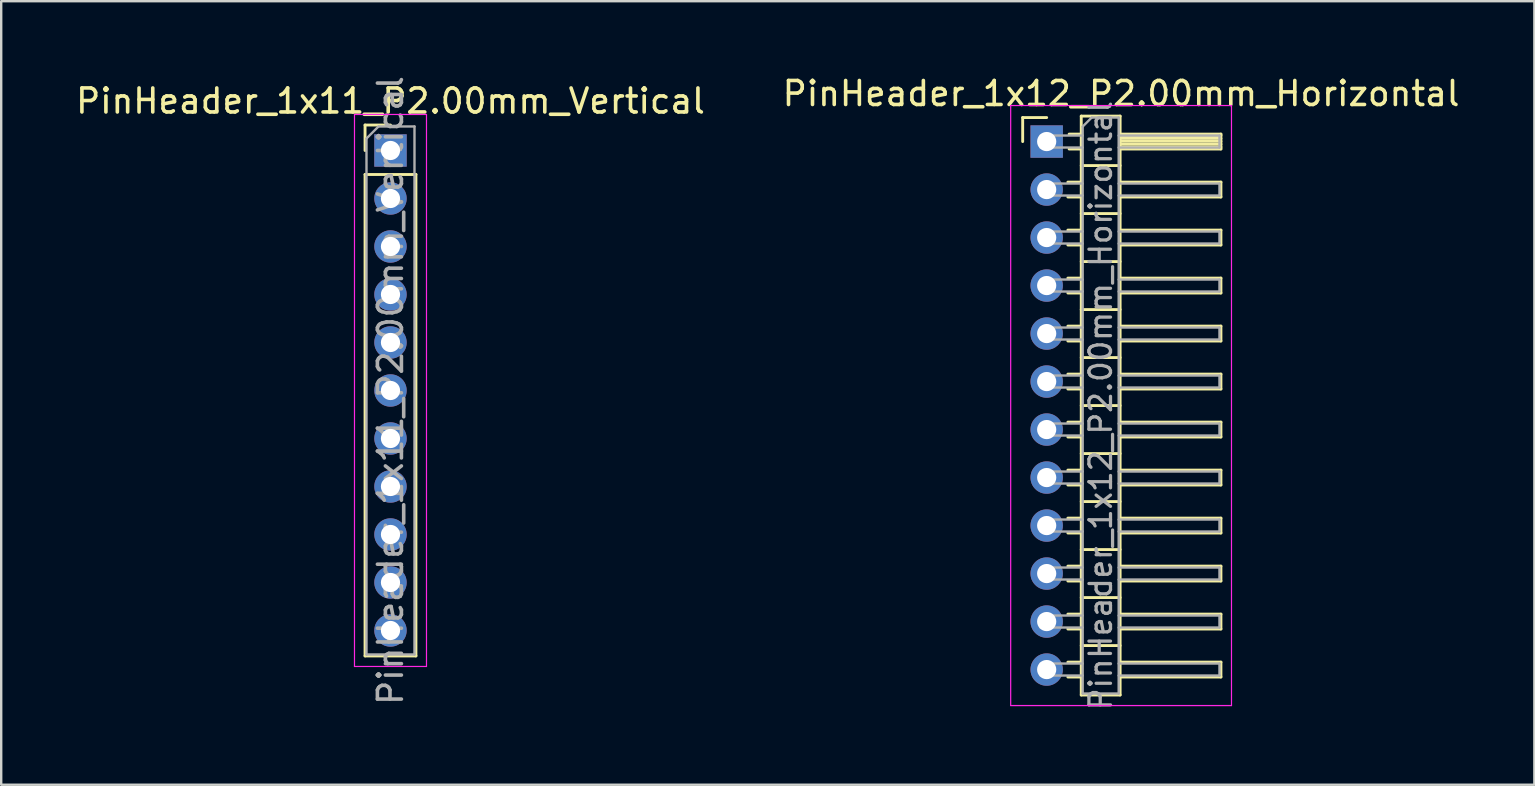
<source format=kicad_pcb>
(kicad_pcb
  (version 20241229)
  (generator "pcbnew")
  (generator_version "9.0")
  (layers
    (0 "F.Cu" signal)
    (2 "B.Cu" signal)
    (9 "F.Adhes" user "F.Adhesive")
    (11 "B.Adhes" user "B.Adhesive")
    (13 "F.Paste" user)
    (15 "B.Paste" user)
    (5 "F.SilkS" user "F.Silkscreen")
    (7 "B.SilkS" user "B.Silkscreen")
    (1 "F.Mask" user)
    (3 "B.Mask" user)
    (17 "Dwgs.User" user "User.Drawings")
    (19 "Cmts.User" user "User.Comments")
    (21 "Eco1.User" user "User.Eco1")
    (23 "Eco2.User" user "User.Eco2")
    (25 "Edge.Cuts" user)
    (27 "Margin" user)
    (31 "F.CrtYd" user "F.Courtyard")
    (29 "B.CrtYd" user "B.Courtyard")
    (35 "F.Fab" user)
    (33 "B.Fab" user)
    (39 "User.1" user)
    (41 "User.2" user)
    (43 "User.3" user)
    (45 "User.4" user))
  (footprint "PinHeader_1x11_P2.00mm_Vertical"
    (layer "F.Cu")
    (at 13.22 3.22)
    (property "Reference" "PinHeader_1x11_P2.00mm_Vertical" (at 0 -2.06 0) (layer "F.SilkS") (effects (font (size 1 1) (thickness 0.15))))
    (attr through_hole)
    (fp_line (start -1.06 -1.06) (end 0 -1.06) (stroke (width 0.12) (type solid)) (layer "F.SilkS"))
    (fp_line (start -1.06 0) (end -1.06 -1.06) (stroke (width 0.12) (type solid)) (layer "F.SilkS"))
    (fp_line (start -1.06 1) (end -1.06 21.06) (stroke (width 0.12) (type solid)) (layer "F.SilkS"))
    (fp_line (start -1.06 1) (end 1.06 1) (stroke (width 0.12) (type solid)) (layer "F.SilkS"))
    (fp_line (start -1.06 21.06) (end 1.06 21.06) (stroke (width 0.12) (type solid)) (layer "F.SilkS"))
    (fp_line (start 1.06 1) (end 1.06 21.06) (stroke (width 0.12) (type solid)) (layer "F.SilkS"))
    (fp_line (start -1.5 -1.5) (end -1.5 21.5) (stroke (width 0.05) (type solid)) (layer "F.CrtYd"))
    (fp_line (start -1.5 21.5) (end 1.5 21.5) (stroke (width 0.05) (type solid)) (layer "F.CrtYd"))
    (fp_line (start 1.5 -1.5) (end -1.5 -1.5) (stroke (width 0.05) (type solid)) (layer "F.CrtYd"))
    (fp_line (start 1.5 21.5) (end 1.5 -1.5) (stroke (width 0.05) (type solid)) (layer "F.CrtYd"))
    (fp_line (start -1 -0.5) (end -0.5 -1) (stroke (width 0.1) (type solid)) (layer "F.Fab"))
    (fp_line (start -1 21) (end -1 -0.5) (stroke (width 0.1) (type solid)) (layer "F.Fab"))
    (fp_line (start -0.5 -1) (end 1 -1) (stroke (width 0.1) (type solid)) (layer "F.Fab"))
    (fp_line (start 1 -1) (end 1 21) (stroke (width 0.1) (type solid)) (layer "F.Fab"))
    (fp_line (start 1 21) (end -1 21) (stroke (width 0.1) (type solid)) (layer "F.Fab"))
    (fp_text user "${REFERENCE}" (at 0 10 90) (layer "F.Fab") (effects (font (size 1 1) (thickness 0.15))))
    (pad "1" thru_hole rect (at 0 0) (size 1.35 1.35) (drill 0.8) (layers "*.Cu" "*.Mask"))
    (pad "2" thru_hole oval (at 0 2) (size 1.35 1.35) (drill 0.8) (layers "*.Cu" "*.Mask"))
    (pad "3" thru_hole oval (at 0 4) (size 1.35 1.35) (drill 0.8) (layers "*.Cu" "*.Mask"))
    (pad "4" thru_hole oval (at 0 6) (size 1.35 1.35) (drill 0.8) (layers "*.Cu" "*.Mask"))
    (pad "5" thru_hole oval (at 0 8) (size 1.35 1.35) (drill 0.8) (layers "*.Cu" "*.Mask"))
    (pad "6" thru_hole oval (at 0 10) (size 1.35 1.35) (drill 0.8) (layers "*.Cu" "*.Mask"))
    (pad "7" thru_hole oval (at 0 12) (size 1.35 1.35) (drill 0.8) (layers "*.Cu" "*.Mask"))
    (pad "8" thru_hole oval (at 0 14) (size 1.35 1.35) (drill 0.8) (layers "*.Cu" "*.Mask"))
    (pad "9" thru_hole oval (at 0 16) (size 1.35 1.35) (drill 0.8) (layers "*.Cu" "*.Mask"))
    (pad "10" thru_hole oval (at 0 18) (size 1.35 1.35) (drill 0.8) (layers "*.Cu" "*.Mask"))
    (pad "11" thru_hole oval (at 0 20) (size 1.35 1.35) (drill 0.8) (layers "*.Cu" "*.Mask")))
  (footprint "PinHeader_1x12_P2.00mm_Horizontal"
    (layer "F.Cu")
    (at 40.561 2.848)
    (property "Reference" "PinHeader_1x12_P2.00mm_Horizontal" (at 3.1 -2 0) (layer "F.SilkS") (effects (font (size 1 1) (thickness 0.15))))
    (attr through_hole)
    (fp_line (start -1 -1) (end 0 -1) (stroke (width 0.12) (type solid)) (layer "F.SilkS"))
    (fp_line (start -1 0) (end -1 -1) (stroke (width 0.12) (type solid)) (layer "F.SilkS"))
    (fp_line (start 0.882 1.69) (end 1.44 1.69) (stroke (width 0.12) (type solid)) (layer "F.SilkS"))
    (fp_line (start 0.882 2.31) (end 1.44 2.31) (stroke (width 0.12) (type solid)) (layer "F.SilkS"))
    (fp_line (start 0.882 3.69) (end 1.44 3.69) (stroke (width 0.12) (type solid)) (layer "F.SilkS"))
    (fp_line (start 0.882 4.31) (end 1.44 4.31) (stroke (width 0.12) (type solid)) (layer "F.SilkS"))
    (fp_line (start 0.882 5.69) (end 1.44 5.69) (stroke (width 0.12) (type solid)) (layer "F.SilkS"))
    (fp_line (start 0.882 6.31) (end 1.44 6.31) (stroke (width 0.12) (type solid)) (layer "F.SilkS"))
    (fp_line (start 0.882 7.69) (end 1.44 7.69) (stroke (width 0.12) (type solid)) (layer "F.SilkS"))
    (fp_line (start 0.882 8.31) (end 1.44 8.31) (stroke (width 0.12) (type solid)) (layer "F.SilkS"))
    (fp_line (start 0.882 9.69) (end 1.44 9.69) (stroke (width 0.12) (type solid)) (layer "F.SilkS"))
    (fp_line (start 0.882 10.31) (end 1.44 10.31) (stroke (width 0.12) (type solid)) (layer "F.SilkS"))
    (fp_line (start 0.882 11.69) (end 1.44 11.69) (stroke (width 0.12) (type solid)) (layer "F.SilkS"))
    (fp_line (start 0.882 12.31) (end 1.44 12.31) (stroke (width 0.12) (type solid)) (layer "F.SilkS"))
    (fp_line (start 0.882 13.69) (end 1.44 13.69) (stroke (width 0.12) (type solid)) (layer "F.SilkS"))
    (fp_line (start 0.882 14.31) (end 1.44 14.31) (stroke (width 0.12) (type solid)) (layer "F.SilkS"))
    (fp_line (start 0.882 15.69) (end 1.44 15.69) (stroke (width 0.12) (type solid)) (layer "F.SilkS"))
    (fp_line (start 0.882 16.31) (end 1.44 16.31) (stroke (width 0.12) (type solid)) (layer "F.SilkS"))
    (fp_line (start 0.882 17.69) (end 1.44 17.69) (stroke (width 0.12) (type solid)) (layer "F.SilkS"))
    (fp_line (start 0.882 18.31) (end 1.44 18.31) (stroke (width 0.12) (type solid)) (layer "F.SilkS"))
    (fp_line (start 0.882 19.69) (end 1.44 19.69) (stroke (width 0.12) (type solid)) (layer "F.SilkS"))
    (fp_line (start 0.882 20.31) (end 1.44 20.31) (stroke (width 0.12) (type solid)) (layer "F.SilkS"))
    (fp_line (start 0.882 21.69) (end 1.44 21.69) (stroke (width 0.12) (type solid)) (layer "F.SilkS"))
    (fp_line (start 0.882 22.31) (end 1.44 22.31) (stroke (width 0.12) (type solid)) (layer "F.SilkS"))
    (fp_line (start 0.935 -0.31) (end 1.44 -0.31) (stroke (width 0.12) (type solid)) (layer "F.SilkS"))
    (fp_line (start 0.935 0.31) (end 1.44 0.31) (stroke (width 0.12) (type solid)) (layer "F.SilkS"))
    (fp_line (start 1.44 -1.06) (end 1.44 23.06) (stroke (width 0.12) (type solid)) (layer "F.SilkS"))
    (fp_line (start 1.44 1) (end 3.06 1) (stroke (width 0.12) (type solid)) (layer "F.SilkS"))
    (fp_line (start 1.44 3) (end 3.06 3) (stroke (width 0.12) (type solid)) (layer "F.SilkS"))
    (fp_line (start 1.44 5) (end 3.06 5) (stroke (width 0.12) (type solid)) (layer "F.SilkS"))
    (fp_line (start 1.44 7) (end 3.06 7) (stroke (width 0.12) (type solid)) (layer "F.SilkS"))
    (fp_line (start 1.44 9) (end 3.06 9) (stroke (width 0.12) (type solid)) (layer "F.SilkS"))
    (fp_line (start 1.44 11) (end 3.06 11) (stroke (width 0.12) (type solid)) (layer "F.SilkS"))
    (fp_line (start 1.44 13) (end 3.06 13) (stroke (width 0.12) (type solid)) (layer "F.SilkS"))
    (fp_line (start 1.44 15) (end 3.06 15) (stroke (width 0.12) (type solid)) (layer "F.SilkS"))
    (fp_line (start 1.44 17) (end 3.06 17) (stroke (width 0.12) (type solid)) (layer "F.SilkS"))
    (fp_line (start 1.44 19) (end 3.06 19) (stroke (width 0.12) (type solid)) (layer "F.SilkS"))
    (fp_line (start 1.44 21) (end 3.06 21) (stroke (width 0.12) (type solid)) (layer "F.SilkS"))
    (fp_line (start 1.44 23.06) (end 3.06 23.06) (stroke (width 0.12) (type solid)) (layer "F.SilkS"))
    (fp_line (start 3.06 -1.06) (end 1.44 -1.06) (stroke (width 0.12) (type solid)) (layer "F.SilkS"))
    (fp_line (start 3.06 -0.31) (end 7.26 -0.31) (stroke (width 0.12) (type solid)) (layer "F.SilkS"))
    (fp_line (start 3.06 -0.25) (end 7.26 -0.25) (stroke (width 0.12) (type solid)) (layer "F.SilkS"))
    (fp_line (start 3.06 -0.13) (end 7.26 -0.13) (stroke (width 0.12) (type solid)) (layer "F.SilkS"))
    (fp_line (start 3.06 -0.01) (end 7.26 -0.01) (stroke (width 0.12) (type solid)) (layer "F.SilkS"))
    (fp_line (start 3.06 0.11) (end 7.26 0.11) (stroke (width 0.12) (type solid)) (layer "F.SilkS"))
    (fp_line (start 3.06 0.23) (end 7.26 0.23) (stroke (width 0.12) (type solid)) (layer "F.SilkS"))
    (fp_line (start 3.06 1.69) (end 7.26 1.69) (stroke (width 0.12) (type solid)) (layer "F.SilkS"))
    (fp_line (start 3.06 3.69) (end 7.26 3.69) (stroke (width 0.12) (type solid)) (layer "F.SilkS"))
    (fp_line (start 3.06 5.69) (end 7.26 5.69) (stroke (width 0.12) (type solid)) (layer "F.SilkS"))
    (fp_line (start 3.06 7.69) (end 7.26 7.69) (stroke (width 0.12) (type solid)) (layer "F.SilkS"))
    (fp_line (start 3.06 9.69) (end 7.26 9.69) (stroke (width 0.12) (type solid)) (layer "F.SilkS"))
    (fp_line (start 3.06 11.69) (end 7.26 11.69) (stroke (width 0.12) (type solid)) (layer "F.SilkS"))
    (fp_line (start 3.06 13.69) (end 7.26 13.69) (stroke (width 0.12) (type solid)) (layer "F.SilkS"))
    (fp_line (start 3.06 15.69) (end 7.26 15.69) (stroke (width 0.12) (type solid)) (layer "F.SilkS"))
    (fp_line (start 3.06 17.69) (end 7.26 17.69) (stroke (width 0.12) (type solid)) (layer "F.SilkS"))
    (fp_line (start 3.06 19.69) (end 7.26 19.69) (stroke (width 0.12) (type solid)) (layer "F.SilkS"))
    (fp_line (start 3.06 21.69) (end 7.26 21.69) (stroke (width 0.12) (type solid)) (layer "F.SilkS"))
    (fp_line (start 3.06 23.06) (end 3.06 -1.06) (stroke (width 0.12) (type solid)) (layer "F.SilkS"))
    (fp_line (start 7.26 -0.31) (end 7.26 0.31) (stroke (width 0.12) (type solid)) (layer "F.SilkS"))
    (fp_line (start 7.26 0.31) (end 3.06 0.31) (stroke (width 0.12) (type solid)) (layer "F.SilkS"))
    (fp_line (start 7.26 1.69) (end 7.26 2.31) (stroke (width 0.12) (type solid)) (layer "F.SilkS"))
    (fp_line (start 7.26 2.31) (end 3.06 2.31) (stroke (width 0.12) (type solid)) (layer "F.SilkS"))
    (fp_line (start 7.26 3.69) (end 7.26 4.31) (stroke (width 0.12) (type solid)) (layer "F.SilkS"))
    (fp_line (start 7.26 4.31) (end 3.06 4.31) (stroke (width 0.12) (type solid)) (layer "F.SilkS"))
    (fp_line (start 7.26 5.69) (end 7.26 6.31) (stroke (width 0.12) (type solid)) (layer "F.SilkS"))
    (fp_line (start 7.26 6.31) (end 3.06 6.31) (stroke (width 0.12) (type solid)) (layer "F.SilkS"))
    (fp_line (start 7.26 7.69) (end 7.26 8.31) (stroke (width 0.12) (type solid)) (layer "F.SilkS"))
    (fp_line (start 7.26 8.31) (end 3.06 8.31) (stroke (width 0.12) (type solid)) (layer "F.SilkS"))
    (fp_line (start 7.26 9.69) (end 7.26 10.31) (stroke (width 0.12) (type solid)) (layer "F.SilkS"))
    (fp_line (start 7.26 10.31) (end 3.06 10.31) (stroke (width 0.12) (type solid)) (layer "F.SilkS"))
    (fp_line (start 7.26 11.69) (end 7.26 12.31) (stroke (width 0.12) (type solid)) (layer "F.SilkS"))
    (fp_line (start 7.26 12.31) (end 3.06 12.31) (stroke (width 0.12) (type solid)) (layer "F.SilkS"))
    (fp_line (start 7.26 13.69) (end 7.26 14.31) (stroke (width 0.12) (type solid)) (layer "F.SilkS"))
    (fp_line (start 7.26 14.31) (end 3.06 14.31) (stroke (width 0.12) (type solid)) (layer "F.SilkS"))
    (fp_line (start 7.26 15.69) (end 7.26 16.31) (stroke (width 0.12) (type solid)) (layer "F.SilkS"))
    (fp_line (start 7.26 16.31) (end 3.06 16.31) (stroke (width 0.12) (type solid)) (layer "F.SilkS"))
    (fp_line (start 7.26 17.69) (end 7.26 18.31) (stroke (width 0.12) (type solid)) (layer "F.SilkS"))
    (fp_line (start 7.26 18.31) (end 3.06 18.31) (stroke (width 0.12) (type solid)) (layer "F.SilkS"))
    (fp_line (start 7.26 19.69) (end 7.26 20.31) (stroke (width 0.12) (type solid)) (layer "F.SilkS"))
    (fp_line (start 7.26 20.31) (end 3.06 20.31) (stroke (width 0.12) (type solid)) (layer "F.SilkS"))
    (fp_line (start 7.26 21.69) (end 7.26 22.31) (stroke (width 0.12) (type solid)) (layer "F.SilkS"))
    (fp_line (start 7.26 22.31) (end 3.06 22.31) (stroke (width 0.12) (type solid)) (layer "F.SilkS"))
    (fp_line (start -1.5 -1.5) (end -1.5 23.5) (stroke (width 0.05) (type solid)) (layer "F.CrtYd"))
    (fp_line (start -1.5 23.5) (end 7.7 23.5) (stroke (width 0.05) (type solid)) (layer "F.CrtYd"))
    (fp_line (start 7.7 -1.5) (end -1.5 -1.5) (stroke (width 0.05) (type solid)) (layer "F.CrtYd"))
    (fp_line (start 7.7 23.5) (end 7.7 -1.5) (stroke (width 0.05) (type solid)) (layer "F.CrtYd"))
    (fp_line (start -0.25 -0.25) (end -0.25 0.25) (stroke (width 0.1) (type solid)) (layer "F.Fab"))
    (fp_line (start -0.25 -0.25) (end 1.5 -0.25) (stroke (width 0.1) (type solid)) (layer "F.Fab"))
    (fp_line (start -0.25 0.25) (end 1.5 0.25) (stroke (width 0.1) (type solid)) (layer "F.Fab"))
    (fp_line (start -0.25 1.75) (end -0.25 2.25) (stroke (width 0.1) (type solid)) (layer "F.Fab"))
    (fp_line (start -0.25 1.75) (end 1.5 1.75) (stroke (width 0.1) (type solid)) (layer "F.Fab"))
    (fp_line (start -0.25 2.25) (end 1.5 2.25) (stroke (width 0.1) (type solid)) (layer "F.Fab"))
    (fp_line (start -0.25 3.75) (end -0.25 4.25) (stroke (width 0.1) (type solid)) (layer "F.Fab"))
    (fp_line (start -0.25 3.75) (end 1.5 3.75) (stroke (width 0.1) (type solid)) (layer "F.Fab"))
    (fp_line (start -0.25 4.25) (end 1.5 4.25) (stroke (width 0.1) (type solid)) (layer "F.Fab"))
    (fp_line (start -0.25 5.75) (end -0.25 6.25) (stroke (width 0.1) (type solid)) (layer "F.Fab"))
    (fp_line (start -0.25 5.75) (end 1.5 5.75) (stroke (width 0.1) (type solid)) (layer "F.Fab"))
    (fp_line (start -0.25 6.25) (end 1.5 6.25) (stroke (width 0.1) (type solid)) (layer "F.Fab"))
    (fp_line (start -0.25 7.75) (end -0.25 8.25) (stroke (width 0.1) (type solid)) (layer "F.Fab"))
    (fp_line (start -0.25 7.75) (end 1.5 7.75) (stroke (width 0.1) (type solid)) (layer "F.Fab"))
    (fp_line (start -0.25 8.25) (end 1.5 8.25) (stroke (width 0.1) (type solid)) (layer "F.Fab"))
    (fp_line (start -0.25 9.75) (end -0.25 10.25) (stroke (width 0.1) (type solid)) (layer "F.Fab"))
    (fp_line (start -0.25 9.75) (end 1.5 9.75) (stroke (width 0.1) (type solid)) (layer "F.Fab"))
    (fp_line (start -0.25 10.25) (end 1.5 10.25) (stroke (width 0.1) (type solid)) (layer "F.Fab"))
    (fp_line (start -0.25 11.75) (end -0.25 12.25) (stroke (width 0.1) (type solid)) (layer "F.Fab"))
    (fp_line (start -0.25 11.75) (end 1.5 11.75) (stroke (width 0.1) (type solid)) (layer "F.Fab"))
    (fp_line (start -0.25 12.25) (end 1.5 12.25) (stroke (width 0.1) (type solid)) (layer "F.Fab"))
    (fp_line (start -0.25 13.75) (end -0.25 14.25) (stroke (width 0.1) (type solid)) (layer "F.Fab"))
    (fp_line (start -0.25 13.75) (end 1.5 13.75) (stroke (width 0.1) (type solid)) (layer "F.Fab"))
    (fp_line (start -0.25 14.25) (end 1.5 14.25) (stroke (width 0.1) (type solid)) (layer "F.Fab"))
    (fp_line (start -0.25 15.75) (end -0.25 16.25) (stroke (width 0.1) (type solid)) (layer "F.Fab"))
    (fp_line (start -0.25 15.75) (end 1.5 15.75) (stroke (width 0.1) (type solid)) (layer "F.Fab"))
    (fp_line (start -0.25 16.25) (end 1.5 16.25) (stroke (width 0.1) (type solid)) (layer "F.Fab"))
    (fp_line (start -0.25 17.75) (end -0.25 18.25) (stroke (width 0.1) (type solid)) (layer "F.Fab"))
    (fp_line (start -0.25 17.75) (end 1.5 17.75) (stroke (width 0.1) (type solid)) (layer "F.Fab"))
    (fp_line (start -0.25 18.25) (end 1.5 18.25) (stroke (width 0.1) (type solid)) (layer "F.Fab"))
    (fp_line (start -0.25 19.75) (end -0.25 20.25) (stroke (width 0.1) (type solid)) (layer "F.Fab"))
    (fp_line (start -0.25 19.75) (end 1.5 19.75) (stroke (width 0.1) (type solid)) (layer "F.Fab"))
    (fp_line (start -0.25 20.25) (end 1.5 20.25) (stroke (width 0.1) (type solid)) (layer "F.Fab"))
    (fp_line (start -0.25 21.75) (end -0.25 22.25) (stroke (width 0.1) (type solid)) (layer "F.Fab"))
    (fp_line (start -0.25 21.75) (end 1.5 21.75) (stroke (width 0.1) (type solid)) (layer "F.Fab"))
    (fp_line (start -0.25 22.25) (end 1.5 22.25) (stroke (width 0.1) (type solid)) (layer "F.Fab"))
    (fp_line (start 1.5 -0.625) (end 1.875 -1) (stroke (width 0.1) (type solid)) (layer "F.Fab"))
    (fp_line (start 1.5 23) (end 1.5 -0.625) (stroke (width 0.1) (type solid)) (layer "F.Fab"))
    (fp_line (start 1.875 -1) (end 3 -1) (stroke (width 0.1) (type solid)) (layer "F.Fab"))
    (fp_line (start 3 -1) (end 3 23) (stroke (width 0.1) (type solid)) (layer "F.Fab"))
    (fp_line (start 3 -0.25) (end 7.2 -0.25) (stroke (width 0.1) (type solid)) (layer "F.Fab"))
    (fp_line (start 3 0.25) (end 7.2 0.25) (stroke (width 0.1) (type solid)) (layer "F.Fab"))
    (fp_line (start 3 1.75) (end 7.2 1.75) (stroke (width 0.1) (type solid)) (layer "F.Fab"))
    (fp_line (start 3 2.25) (end 7.2 2.25) (stroke (width 0.1) (type solid)) (layer "F.Fab"))
    (fp_line (start 3 3.75) (end 7.2 3.75) (stroke (width 0.1) (type solid)) (layer "F.Fab"))
    (fp_line (start 3 4.25) (end 7.2 4.25) (stroke (width 0.1) (type solid)) (layer "F.Fab"))
    (fp_line (start 3 5.75) (end 7.2 5.75) (stroke (width 0.1) (type solid)) (layer "F.Fab"))
    (fp_line (start 3 6.25) (end 7.2 6.25) (stroke (width 0.1) (type solid)) (layer "F.Fab"))
    (fp_line (start 3 7.75) (end 7.2 7.75) (stroke (width 0.1) (type solid)) (layer "F.Fab"))
    (fp_line (start 3 8.25) (end 7.2 8.25) (stroke (width 0.1) (type solid)) (layer "F.Fab"))
    (fp_line (start 3 9.75) (end 7.2 9.75) (stroke (width 0.1) (type solid)) (layer "F.Fab"))
    (fp_line (start 3 10.25) (end 7.2 10.25) (stroke (width 0.1) (type solid)) (layer "F.Fab"))
    (fp_line (start 3 11.75) (end 7.2 11.75) (stroke (width 0.1) (type solid)) (layer "F.Fab"))
    (fp_line (start 3 12.25) (end 7.2 12.25) (stroke (width 0.1) (type solid)) (layer "F.Fab"))
    (fp_line (start 3 13.75) (end 7.2 13.75) (stroke (width 0.1) (type solid)) (layer "F.Fab"))
    (fp_line (start 3 14.25) (end 7.2 14.25) (stroke (width 0.1) (type solid)) (layer "F.Fab"))
    (fp_line (start 3 15.75) (end 7.2 15.75) (stroke (width 0.1) (type solid)) (layer "F.Fab"))
    (fp_line (start 3 16.25) (end 7.2 16.25) (stroke (width 0.1) (type solid)) (layer "F.Fab"))
    (fp_line (start 3 17.75) (end 7.2 17.75) (stroke (width 0.1) (type solid)) (layer "F.Fab"))
    (fp_line (start 3 18.25) (end 7.2 18.25) (stroke (width 0.1) (type solid)) (layer "F.Fab"))
    (fp_line (start 3 19.75) (end 7.2 19.75) (stroke (width 0.1) (type solid)) (layer "F.Fab"))
    (fp_line (start 3 20.25) (end 7.2 20.25) (stroke (width 0.1) (type solid)) (layer "F.Fab"))
    (fp_line (start 3 21.75) (end 7.2 21.75) (stroke (width 0.1) (type solid)) (layer "F.Fab"))
    (fp_line (start 3 22.25) (end 7.2 22.25) (stroke (width 0.1) (type solid)) (layer "F.Fab"))
    (fp_line (start 3 23) (end 1.5 23) (stroke (width 0.1) (type solid)) (layer "F.Fab"))
    (fp_line (start 7.2 -0.25) (end 7.2 0.25) (stroke (width 0.1) (type solid)) (layer "F.Fab"))
    (fp_line (start 7.2 1.75) (end 7.2 2.25) (stroke (width 0.1) (type solid)) (layer "F.Fab"))
    (fp_line (start 7.2 3.75) (end 7.2 4.25) (stroke (width 0.1) (type solid)) (layer "F.Fab"))
    (fp_line (start 7.2 5.75) (end 7.2 6.25) (stroke (width 0.1) (type solid)) (layer "F.Fab"))
    (fp_line (start 7.2 7.75) (end 7.2 8.25) (stroke (width 0.1) (type solid)) (layer "F.Fab"))
    (fp_line (start 7.2 9.75) (end 7.2 10.25) (stroke (width 0.1) (type solid)) (layer "F.Fab"))
    (fp_line (start 7.2 11.75) (end 7.2 12.25) (stroke (width 0.1) (type solid)) (layer "F.Fab"))
    (fp_line (start 7.2 13.75) (end 7.2 14.25) (stroke (width 0.1) (type solid)) (layer "F.Fab"))
    (fp_line (start 7.2 15.75) (end 7.2 16.25) (stroke (width 0.1) (type solid)) (layer "F.Fab"))
    (fp_line (start 7.2 17.75) (end 7.2 18.25) (stroke (width 0.1) (type solid)) (layer "F.Fab"))
    (fp_line (start 7.2 19.75) (end 7.2 20.25) (stroke (width 0.1) (type solid)) (layer "F.Fab"))
    (fp_line (start 7.2 21.75) (end 7.2 22.25) (stroke (width 0.1) (type solid)) (layer "F.Fab"))
    (fp_text user "${REFERENCE}" (at 2.25 11 90) (layer "F.Fab") (effects (font (size 0.9 0.9) (thickness 0.135))))
    (pad "1" thru_hole rect (at 0 0) (size 1.35 1.35) (drill 0.8) (layers "*.Cu" "*.Mask"))
    (pad "2" thru_hole oval (at 0 2) (size 1.35 1.35) (drill 0.8) (layers "*.Cu" "*.Mask"))
    (pad "3" thru_hole oval (at 0 4) (size 1.35 1.35) (drill 0.8) (layers "*.Cu" "*.Mask"))
    (pad "4" thru_hole oval (at 0 6) (size 1.35 1.35) (drill 0.8) (layers "*.Cu" "*.Mask"))
    (pad "5" thru_hole oval (at 0 8) (size 1.35 1.35) (drill 0.8) (layers "*.Cu" "*.Mask"))
    (pad "6" thru_hole oval (at 0 10) (size 1.35 1.35) (drill 0.8) (layers "*.Cu" "*.Mask"))
    (pad "7" thru_hole oval (at 0 12) (size 1.35 1.35) (drill 0.8) (layers "*.Cu" "*.Mask"))
    (pad "8" thru_hole oval (at 0 14) (size 1.35 1.35) (drill 0.8) (layers "*.Cu" "*.Mask"))
    (pad "9" thru_hole oval (at 0 16) (size 1.35 1.35) (drill 0.8) (layers "*.Cu" "*.Mask"))
    (pad "10" thru_hole oval (at 0 18) (size 1.35 1.35) (drill 0.8) (layers "*.Cu" "*.Mask"))
    (pad "11" thru_hole oval (at 0 20) (size 1.35 1.35) (drill 0.8) (layers "*.Cu" "*.Mask"))
    (pad "12" thru_hole oval (at 0 22) (size 1.35 1.35) (drill 0.8) (layers "*.Cu" "*.Mask")))
  (gr_rect
    (start -3 -3)
    (end 60.881 29.646)
    (stroke (width 0.1) (type default))
    (fill no)
    (layer "Edge.Cuts")))
</source>
